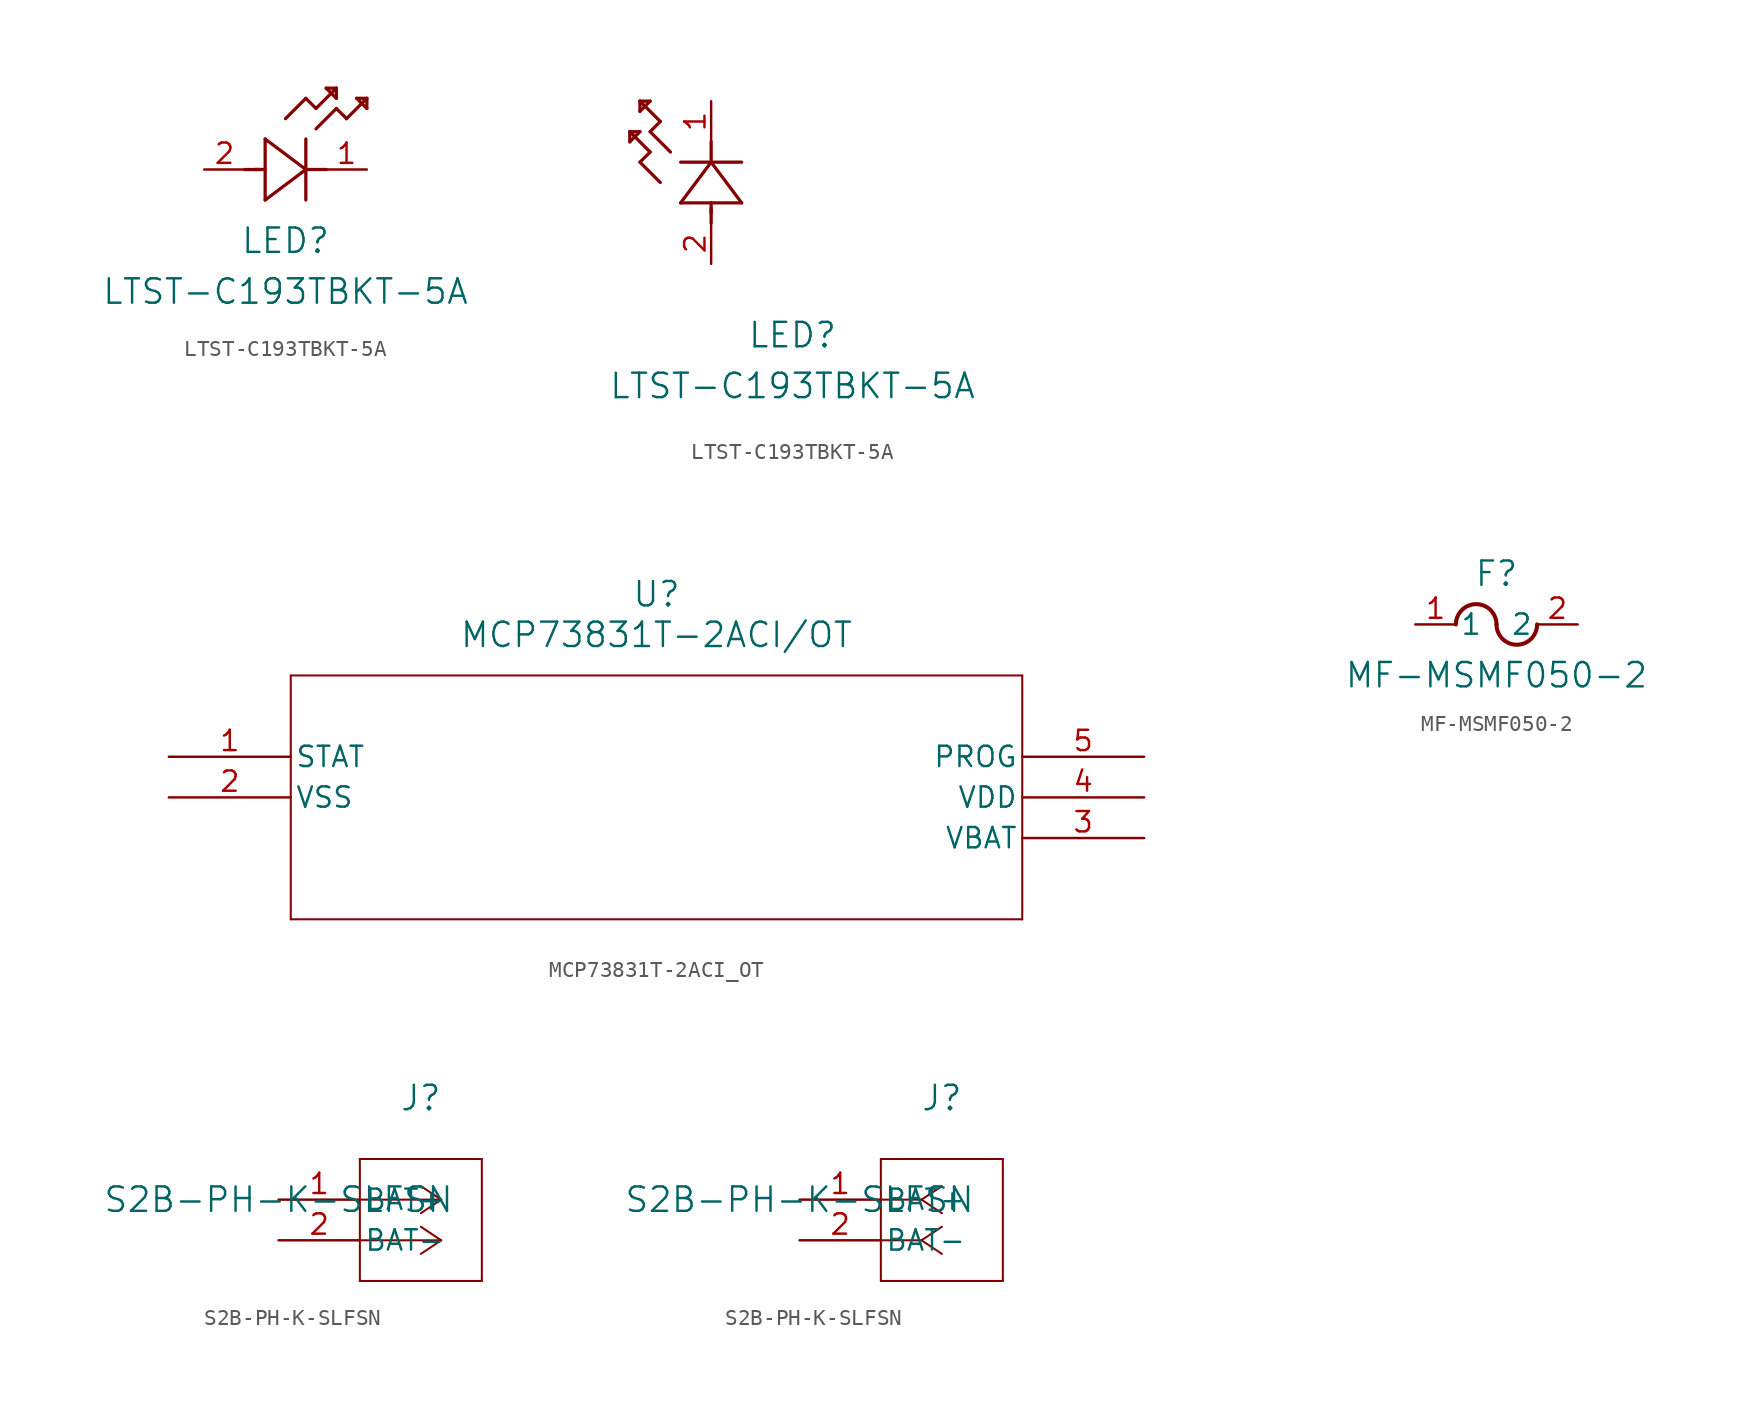
<source format=kicad_sym>
(kicad_symbol_lib
  (version 20241209)
  (generator "kicad_symbol_editor")
  (generator_version "9.0")
  (symbol "LTST-C193TBKT-5A"
    (pin_names
      (offset 0.254))
    (property "Reference" "LED"
      (at 5.08 -4.445 0)
      (effects (font (size 1.524 1.524))))
    (property "Value" "LTST-C193TBKT-5A"
      (at 5.08 -7.62 0)
      (effects (font (size 1.524 1.524))))
    (symbol "LTST-C193TBKT-5A_1_1"
      (polyline (pts (xy 2.54 0) (xy 3.48 0)) (stroke (width 0.203) (type default)) (fill (type none)))
      (polyline (pts (xy 3.175 0) (xy 3.81 0)) (stroke (width 0.203) (type default)) (fill (type none)))
      (polyline (pts (xy 3.81 1.905) (xy 3.81 -1.905)) (stroke (width 0.203) (type default)) (fill (type none)))
      (polyline (pts (xy 3.81 -1.905) (xy 6.35 0)) (stroke (width 0.203) (type default)) (fill (type none)))
      (polyline (pts (xy 5.08 3.175) (xy 6.35 4.445)) (stroke (width 0.203) (type default)) (fill (type none)))
      (polyline (pts (xy 6.35 4.445) (xy 6.985 3.81)) (stroke (width 0.203) (type default)) (fill (type none)))
      (polyline (pts (xy 6.35 0) (xy 3.81 1.905)) (stroke (width 0.203) (type default)) (fill (type none)))
      (polyline (pts (xy 6.35 0) (xy 7.62 0)) (stroke (width 0.203) (type default)) (fill (type none)))
      (polyline (pts (xy 6.35 -1.905) (xy 6.35 1.905)) (stroke (width 0.203) (type default)) (fill (type none)))
      (polyline (pts (xy 6.985 3.81) (xy 8.255 5.08)) (stroke (width 0.203) (type default)) (fill (type none)))
      (polyline (pts (xy 6.985 2.54) (xy 8.255 3.81)) (stroke (width 0.203) (type default)) (fill (type none)))
      (polyline (pts (xy 7.62 5.08) (xy 8.255 4.445)) (stroke (width 0.203) (type default)) (fill (type none)))
      (polyline (pts (xy 8.255 5.08) (xy 7.62 5.08)) (stroke (width 0.203) (type default)) (fill (type none)))
      (polyline (pts (xy 8.255 4.445) (xy 8.255 5.08)) (stroke (width 0.203) (type default)) (fill (type none)))
      (polyline (pts (xy 8.255 3.81) (xy 8.89 3.175)) (stroke (width 0.203) (type default)) (fill (type none)))
      (polyline (pts (xy 8.89 3.175) (xy 10.16 4.445)) (stroke (width 0.203) (type default)) (fill (type none)))
      (polyline (pts (xy 9.525 4.445) (xy 10.16 3.81)) (stroke (width 0.203) (type default)) (fill (type none)))
      (polyline (pts (xy 10.16 4.445) (xy 9.525 4.445)) (stroke (width 0.203) (type default)) (fill (type none)))
      (polyline (pts (xy 10.16 3.81) (xy 10.16 4.445)) (stroke (width 0.203) (type default)) (fill (type none)))
      (pin unspecified line (at 0 0 0) (length 2.54) (name "" (effects (font (size 1.27 1.27)))) (number "2" (effects (font (size 1.27 1.27)))))
      (pin unspecified line (at 10.16 0 180) (length 2.54) (name "" (effects (font (size 1.27 1.27)))) (number "1" (effects (font (size 1.27 1.27))))))
    (symbol "LTST-C193TBKT-5A_1_2"
      (polyline (pts (xy -5.08 8.255) (xy -5.08 7.62)) (stroke (width 0.203) (type default)) (fill (type none)))
      (polyline (pts (xy -5.08 7.62) (xy -4.445 8.255)) (stroke (width 0.203) (type default)) (fill (type none)))
      (polyline (pts (xy -4.445 10.16) (xy -4.445 9.525)) (stroke (width 0.203) (type default)) (fill (type none)))
      (polyline (pts (xy -4.445 9.525) (xy -3.81 10.16)) (stroke (width 0.203) (type default)) (fill (type none)))
      (polyline (pts (xy -4.445 8.255) (xy -5.08 8.255)) (stroke (width 0.203) (type default)) (fill (type none)))
      (polyline (pts (xy -4.445 6.35) (xy -3.81 6.985)) (stroke (width 0.203) (type default)) (fill (type none)))
      (polyline (pts (xy -3.81 10.16) (xy -4.445 10.16)) (stroke (width 0.203) (type default)) (fill (type none)))
      (polyline (pts (xy -3.81 8.255) (xy -3.175 8.89)) (stroke (width 0.203) (type default)) (fill (type none)))
      (polyline (pts (xy -3.81 6.985) (xy -5.08 8.255)) (stroke (width 0.203) (type default)) (fill (type none)))
      (polyline (pts (xy -3.175 8.89) (xy -4.445 10.16)) (stroke (width 0.203) (type default)) (fill (type none)))
      (polyline (pts (xy -3.175 5.08) (xy -4.445 6.35)) (stroke (width 0.203) (type default)) (fill (type none)))
      (polyline (pts (xy -2.54 6.985) (xy -3.81 8.255)) (stroke (width 0.203) (type default)) (fill (type none)))
      (polyline (pts (xy -1.905 3.81) (xy 1.905 3.81)) (stroke (width 0.203) (type default)) (fill (type none)))
      (polyline (pts (xy 0 6.35) (xy -1.905 3.81)) (stroke (width 0.203) (type default)) (fill (type none)))
      (polyline (pts (xy 0 6.35) (xy 0 7.62)) (stroke (width 0.203) (type default)) (fill (type none)))
      (polyline (pts (xy 0 3.175) (xy 0 3.81)) (stroke (width 0.203) (type default)) (fill (type none)))
      (polyline (pts (xy 0 2.54) (xy 0 3.48)) (stroke (width 0.203) (type default)) (fill (type none)))
      (polyline (pts (xy 1.905 6.35) (xy -1.905 6.35)) (stroke (width 0.203) (type default)) (fill (type none)))
      (polyline (pts (xy 1.905 3.81) (xy 0 6.35)) (stroke (width 0.203) (type default)) (fill (type none)))
      (pin unspecified line (at 0 10.16 270) (length 2.54) (name "" (effects (font (size 1.27 1.27)))) (number "1" (effects (font (size 1.27 1.27)))))
      (pin unspecified line (at 0 0 90) (length 2.54) (name "" (effects (font (size 1.27 1.27)))) (number "2" (effects (font (size 1.27 1.27)))))))
  (symbol "MCP73831T-2ACI_OT"
    (pin_names
      (offset 0.254))
    (property "Reference" "U"
      (at 30.48 10.16 0)
      (effects (font (size 1.524 1.524))))
    (property "Value" "MCP73831T-2ACI/OT"
      (at 30.48 7.62 0)
      (effects (font (size 1.524 1.524))))
    (symbol "MCP73831T-2ACI_OT_0_1"
      (polyline (pts (xy 7.62 5.08) (xy 7.62 -10.16)) (stroke (width 0.127) (type default)) (fill (type none)))
      (polyline (pts (xy 7.62 -10.16) (xy 53.34 -10.16)) (stroke (width 0.127) (type default)) (fill (type none)))
      (polyline (pts (xy 53.34 5.08) (xy 7.62 5.08)) (stroke (width 0.127) (type default)) (fill (type none)))
      (polyline (pts (xy 53.34 -10.16) (xy 53.34 5.08)) (stroke (width 0.127) (type default)) (fill (type none)))
      (pin unspecified line (at 0 0 0) (length 7.62) (name "STAT" (effects (font (size 1.27 1.27)))) (number "1" (effects (font (size 1.27 1.27)))))
      (pin unspecified line (at 0 -2.54 0) (length 7.62) (name "VSS" (effects (font (size 1.27 1.27)))) (number "2" (effects (font (size 1.27 1.27)))))
      (pin unspecified line (at 60.96 0 180) (length 7.62) (name "PROG" (effects (font (size 1.27 1.27)))) (number "5" (effects (font (size 1.27 1.27)))))
      (pin unspecified line (at 60.96 -2.54 180) (length 7.62) (name "VDD" (effects (font (size 1.27 1.27)))) (number "4" (effects (font (size 1.27 1.27)))))
      (pin unspecified line (at 60.96 -5.08 180) (length 7.62) (name "VBAT" (effects (font (size 1.27 1.27)))) (number "3" (effects (font (size 1.27 1.27)))))))
  (symbol "MF-MSMF050-2"
    (pin_names
      (offset 0.254))
    (property "Reference" "F"
      (at 5.08 3.175 0)
      (effects (font (size 1.524 1.524))))
    (property "Value" "MF-MSMF050-2"
      (at 5.08 -3.175 0)
      (effects (font (size 1.524 1.524))))
    (symbol "MF-MSMF050-2_0_1"
      (arc (start 2.54 0) (mid 3.81 1.2645) (end 5.08 0) (stroke (width 0.254) (type default)) (fill (type none)))
      (arc (start 7.62 0) (mid 6.35 -1.2645) (end 5.08 0) (stroke (width 0.254) (type default)) (fill (type none)))
      (pin unspecified line (at 0 0 0) (length 2.54) (name "1" (effects (font (size 1.27 1.27)))) (number "1" (effects (font (size 1.27 1.27)))))
      (pin unspecified line (at 10.16 0 180) (length 2.54) (name "2" (effects (font (size 1.27 1.27)))) (number "2" (effects (font (size 1.27 1.27)))))))
  (symbol "S2B-PH-K-SLFSN"
    (pin_names
      (offset 0.254))
    (property "Reference" "J"
      (at 8.89 6.35 0)
      (effects (font (size 1.524 1.524))))
    (property "Value" "S2B-PH-K-SLFSN"
      (at 0 0 0)
      (effects (font (size 1.524 1.524))))
    (symbol "S2B-PH-K-SLFSN_1_1"
      (polyline (pts (xy 5.08 2.54) (xy 5.08 -5.08)) (stroke (width 0.127) (type default)) (fill (type none)))
      (polyline (pts (xy 5.08 -5.08) (xy 12.7 -5.08)) (stroke (width 0.127) (type default)) (fill (type none)))
      (polyline (pts (xy 10.16 0) (xy 5.08 0)) (stroke (width 0.127) (type default)) (fill (type none)))
      (polyline (pts (xy 10.16 0) (xy 8.89 0.847)) (stroke (width 0.127) (type default)) (fill (type none)))
      (polyline (pts (xy 10.16 0) (xy 8.89 -0.847)) (stroke (width 0.127) (type default)) (fill (type none)))
      (polyline (pts (xy 10.16 -2.54) (xy 5.08 -2.54)) (stroke (width 0.127) (type default)) (fill (type none)))
      (polyline (pts (xy 10.16 -2.54) (xy 8.89 -1.693)) (stroke (width 0.127) (type default)) (fill (type none)))
      (polyline (pts (xy 10.16 -2.54) (xy 8.89 -3.387)) (stroke (width 0.127) (type default)) (fill (type none)))
      (polyline (pts (xy 12.7 2.54) (xy 5.08 2.54)) (stroke (width 0.127) (type default)) (fill (type none)))
      (polyline (pts (xy 12.7 -5.08) (xy 12.7 2.54)) (stroke (width 0.127) (type default)) (fill (type none)))
      (pin unspecified line (at 0 0 0) (length 5.08) (name "BAT+" (effects (font (size 1.27 1.27)))) (number "1" (effects (font (size 1.27 1.27)))))
      (pin unspecified line (at 0 -2.54 0) (length 5.08) (name "BAT-" (effects (font (size 1.27 1.27)))) (number "2" (effects (font (size 1.27 1.27))))))
    (symbol "S2B-PH-K-SLFSN_1_2"
      (polyline (pts (xy 5.08 2.54) (xy 5.08 -5.08)) (stroke (width 0.127) (type default)) (fill (type none)))
      (polyline (pts (xy 5.08 -5.08) (xy 12.7 -5.08)) (stroke (width 0.127) (type default)) (fill (type none)))
      (polyline (pts (xy 7.62 0) (xy 5.08 0)) (stroke (width 0.127) (type default)) (fill (type none)))
      (polyline (pts (xy 7.62 0) (xy 8.89 0.847)) (stroke (width 0.127) (type default)) (fill (type none)))
      (polyline (pts (xy 7.62 0) (xy 8.89 -0.847)) (stroke (width 0.127) (type default)) (fill (type none)))
      (polyline (pts (xy 7.62 -2.54) (xy 5.08 -2.54)) (stroke (width 0.127) (type default)) (fill (type none)))
      (polyline (pts (xy 7.62 -2.54) (xy 8.89 -1.693)) (stroke (width 0.127) (type default)) (fill (type none)))
      (polyline (pts (xy 7.62 -2.54) (xy 8.89 -3.387)) (stroke (width 0.127) (type default)) (fill (type none)))
      (polyline (pts (xy 12.7 2.54) (xy 5.08 2.54)) (stroke (width 0.127) (type default)) (fill (type none)))
      (polyline (pts (xy 12.7 -5.08) (xy 12.7 2.54)) (stroke (width 0.127) (type default)) (fill (type none)))
      (pin unspecified line (at 0 0 0) (length 5.08) (name "BAT+" (effects (font (size 1.27 1.27)))) (number "1" (effects (font (size 1.27 1.27)))))
      (pin unspecified line (at 0 -2.54 0) (length 5.08) (name "BAT-" (effects (font (size 1.27 1.27)))) (number "2" (effects (font (size 1.27 1.27))))))))
</source>
